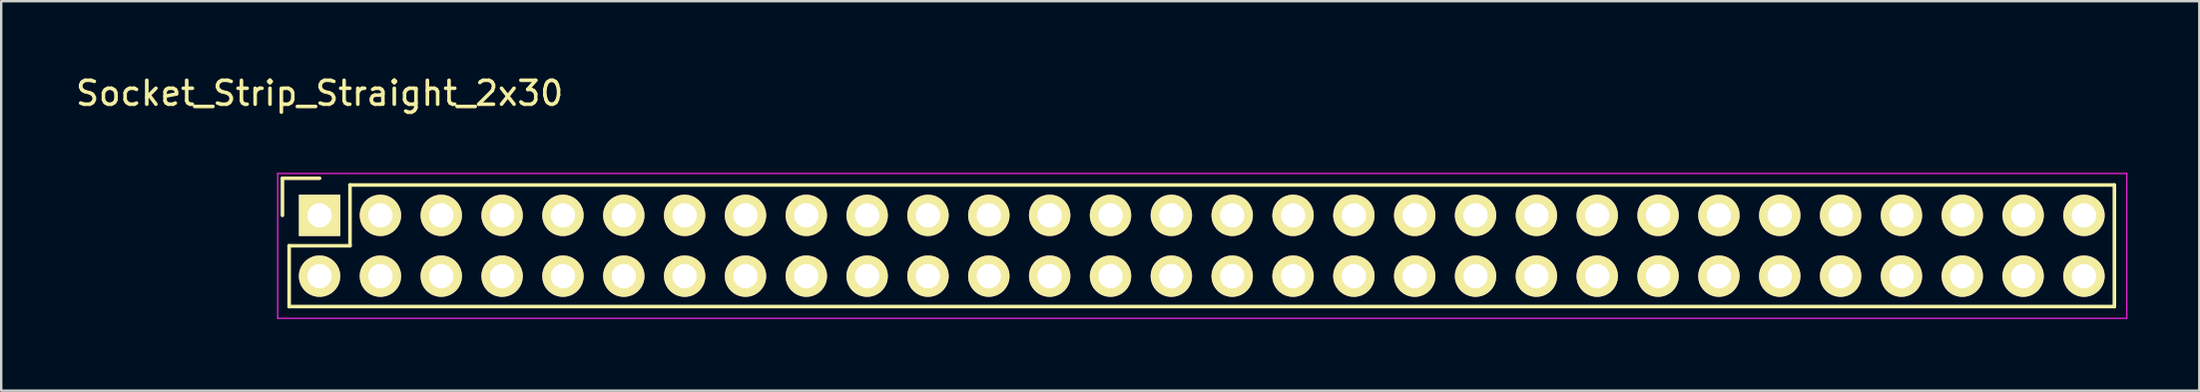
<source format=kicad_pcb>
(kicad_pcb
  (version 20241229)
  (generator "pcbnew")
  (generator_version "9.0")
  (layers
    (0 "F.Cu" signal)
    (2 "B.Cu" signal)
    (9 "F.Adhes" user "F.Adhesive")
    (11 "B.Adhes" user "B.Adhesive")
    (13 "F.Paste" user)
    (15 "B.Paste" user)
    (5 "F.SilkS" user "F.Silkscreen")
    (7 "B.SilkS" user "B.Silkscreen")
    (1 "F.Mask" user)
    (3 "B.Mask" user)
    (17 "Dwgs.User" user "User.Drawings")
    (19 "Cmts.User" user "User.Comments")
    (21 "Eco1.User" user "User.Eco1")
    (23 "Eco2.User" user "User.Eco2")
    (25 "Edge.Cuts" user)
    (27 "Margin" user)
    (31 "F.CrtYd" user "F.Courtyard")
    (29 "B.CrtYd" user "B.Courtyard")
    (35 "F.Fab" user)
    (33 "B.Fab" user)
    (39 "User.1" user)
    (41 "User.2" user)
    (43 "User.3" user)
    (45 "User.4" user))
  (footprint "Socket_Strip_Straight_2x30"
    (layer "F.Cu")
    (at 10.292 5.948)
    (property "Reference" "Socket_Strip_Straight_2x30" (at 0 -5.1 0) (layer "F.SilkS") (effects (font (size 1 1) (thickness 0.15))))
    (attr through_hole)
    (fp_line (start -1.55 -1.55) (end -1.55 0) (stroke (width 0.15) (type solid)) (layer "F.SilkS"))
    (fp_line (start -1.27 1.27) (end 1.27 1.27) (stroke (width 0.15) (type solid)) (layer "F.SilkS"))
    (fp_line (start -1.27 3.81) (end -1.27 1.27) (stroke (width 0.15) (type solid)) (layer "F.SilkS"))
    (fp_line (start -1.27 3.81) (end 74.93 3.81) (stroke (width 0.15) (type solid)) (layer "F.SilkS"))
    (fp_line (start 0 -1.55) (end -1.55 -1.55) (stroke (width 0.15) (type solid)) (layer "F.SilkS"))
    (fp_line (start 1.27 1.27) (end 1.27 -1.27) (stroke (width 0.15) (type solid)) (layer "F.SilkS"))
    (fp_line (start 74.93 -1.27) (end 1.27 -1.27) (stroke (width 0.15) (type solid)) (layer "F.SilkS"))
    (fp_line (start 74.93 3.81) (end 74.93 -1.27) (stroke (width 0.15) (type solid)) (layer "F.SilkS"))
    (fp_line (start -1.75 -1.75) (end -1.75 4.3) (stroke (width 0.05) (type solid)) (layer "F.CrtYd"))
    (fp_line (start -1.75 -1.75) (end 75.45 -1.75) (stroke (width 0.05) (type solid)) (layer "F.CrtYd"))
    (fp_line (start -1.75 4.3) (end 75.45 4.3) (stroke (width 0.05) (type solid)) (layer "F.CrtYd"))
    (fp_line (start 75.45 -1.75) (end 75.45 4.3) (stroke (width 0.05) (type solid)) (layer "F.CrtYd"))
    (pad "1" thru_hole rect (at 0 0) (size 1.727 1.727) (drill 1.016) (layers "*.Cu" "*.Mask" "F.SilkS"))
    (pad "2" thru_hole oval (at 0 2.54) (size 1.727 1.727) (drill 1.016) (layers "*.Cu" "*.Mask" "F.SilkS"))
    (pad "3" thru_hole oval (at 2.54 0) (size 1.727 1.727) (drill 1.016) (layers "*.Cu" "*.Mask" "F.SilkS"))
    (pad "4" thru_hole oval (at 2.54 2.54) (size 1.727 1.727) (drill 1.016) (layers "*.Cu" "*.Mask" "F.SilkS"))
    (pad "5" thru_hole oval (at 5.08 0) (size 1.727 1.727) (drill 1.016) (layers "*.Cu" "*.Mask" "F.SilkS"))
    (pad "6" thru_hole oval (at 5.08 2.54) (size 1.727 1.727) (drill 1.016) (layers "*.Cu" "*.Mask" "F.SilkS"))
    (pad "7" thru_hole oval (at 7.62 0) (size 1.727 1.727) (drill 1.016) (layers "*.Cu" "*.Mask" "F.SilkS"))
    (pad "8" thru_hole oval (at 7.62 2.54) (size 1.727 1.727) (drill 1.016) (layers "*.Cu" "*.Mask" "F.SilkS"))
    (pad "9" thru_hole oval (at 10.16 0) (size 1.727 1.727) (drill 1.016) (layers "*.Cu" "*.Mask" "F.SilkS"))
    (pad "10" thru_hole oval (at 10.16 2.54) (size 1.727 1.727) (drill 1.016) (layers "*.Cu" "*.Mask" "F.SilkS"))
    (pad "11" thru_hole oval (at 12.7 0) (size 1.727 1.727) (drill 1.016) (layers "*.Cu" "*.Mask" "F.SilkS"))
    (pad "12" thru_hole oval (at 12.7 2.54) (size 1.727 1.727) (drill 1.016) (layers "*.Cu" "*.Mask" "F.SilkS"))
    (pad "13" thru_hole oval (at 15.24 0) (size 1.727 1.727) (drill 1.016) (layers "*.Cu" "*.Mask" "F.SilkS"))
    (pad "14" thru_hole oval (at 15.24 2.54) (size 1.727 1.727) (drill 1.016) (layers "*.Cu" "*.Mask" "F.SilkS"))
    (pad "15" thru_hole oval (at 17.78 0) (size 1.727 1.727) (drill 1.016) (layers "*.Cu" "*.Mask" "F.SilkS"))
    (pad "16" thru_hole oval (at 17.78 2.54) (size 1.727 1.727) (drill 1.016) (layers "*.Cu" "*.Mask" "F.SilkS"))
    (pad "17" thru_hole oval (at 20.32 0) (size 1.727 1.727) (drill 1.016) (layers "*.Cu" "*.Mask" "F.SilkS"))
    (pad "18" thru_hole oval (at 20.32 2.54) (size 1.727 1.727) (drill 1.016) (layers "*.Cu" "*.Mask" "F.SilkS"))
    (pad "19" thru_hole oval (at 22.86 0) (size 1.727 1.727) (drill 1.016) (layers "*.Cu" "*.Mask" "F.SilkS"))
    (pad "20" thru_hole oval (at 22.86 2.54) (size 1.727 1.727) (drill 1.016) (layers "*.Cu" "*.Mask" "F.SilkS"))
    (pad "21" thru_hole oval (at 25.4 0) (size 1.727 1.727) (drill 1.016) (layers "*.Cu" "*.Mask" "F.SilkS"))
    (pad "22" thru_hole oval (at 25.4 2.54) (size 1.727 1.727) (drill 1.016) (layers "*.Cu" "*.Mask" "F.SilkS"))
    (pad "23" thru_hole oval (at 27.94 0) (size 1.727 1.727) (drill 1.016) (layers "*.Cu" "*.Mask" "F.SilkS"))
    (pad "24" thru_hole oval (at 27.94 2.54) (size 1.727 1.727) (drill 1.016) (layers "*.Cu" "*.Mask" "F.SilkS"))
    (pad "25" thru_hole oval (at 30.48 0) (size 1.727 1.727) (drill 1.016) (layers "*.Cu" "*.Mask" "F.SilkS"))
    (pad "26" thru_hole oval (at 30.48 2.54) (size 1.727 1.727) (drill 1.016) (layers "*.Cu" "*.Mask" "F.SilkS"))
    (pad "27" thru_hole oval (at 33.02 0) (size 1.727 1.727) (drill 1.016) (layers "*.Cu" "*.Mask" "F.SilkS"))
    (pad "28" thru_hole oval (at 33.02 2.54) (size 1.727 1.727) (drill 1.016) (layers "*.Cu" "*.Mask" "F.SilkS"))
    (pad "29" thru_hole oval (at 35.56 0) (size 1.727 1.727) (drill 1.016) (layers "*.Cu" "*.Mask" "F.SilkS"))
    (pad "30" thru_hole oval (at 35.56 2.54) (size 1.727 1.727) (drill 1.016) (layers "*.Cu" "*.Mask" "F.SilkS"))
    (pad "31" thru_hole oval (at 38.1 0) (size 1.727 1.727) (drill 1.016) (layers "*.Cu" "*.Mask" "F.SilkS"))
    (pad "32" thru_hole oval (at 38.1 2.54) (size 1.727 1.727) (drill 1.016) (layers "*.Cu" "*.Mask" "F.SilkS"))
    (pad "33" thru_hole oval (at 40.64 0) (size 1.727 1.727) (drill 1.016) (layers "*.Cu" "*.Mask" "F.SilkS"))
    (pad "34" thru_hole oval (at 40.64 2.54) (size 1.727 1.727) (drill 1.016) (layers "*.Cu" "*.Mask" "F.SilkS"))
    (pad "35" thru_hole oval (at 43.18 0) (size 1.727 1.727) (drill 1.016) (layers "*.Cu" "*.Mask" "F.SilkS"))
    (pad "36" thru_hole oval (at 43.18 2.54) (size 1.727 1.727) (drill 1.016) (layers "*.Cu" "*.Mask" "F.SilkS"))
    (pad "37" thru_hole oval (at 45.72 0) (size 1.727 1.727) (drill 1.016) (layers "*.Cu" "*.Mask" "F.SilkS"))
    (pad "38" thru_hole oval (at 45.72 2.54) (size 1.727 1.727) (drill 1.016) (layers "*.Cu" "*.Mask" "F.SilkS"))
    (pad "39" thru_hole oval (at 48.26 0) (size 1.727 1.727) (drill 1.016) (layers "*.Cu" "*.Mask" "F.SilkS"))
    (pad "40" thru_hole oval (at 48.26 2.54) (size 1.727 1.727) (drill 1.016) (layers "*.Cu" "*.Mask" "F.SilkS"))
    (pad "41" thru_hole oval (at 50.8 0) (size 1.727 1.727) (drill 1.016) (layers "*.Cu" "*.Mask" "F.SilkS"))
    (pad "42" thru_hole oval (at 50.8 2.54) (size 1.727 1.727) (drill 1.016) (layers "*.Cu" "*.Mask" "F.SilkS"))
    (pad "43" thru_hole oval (at 53.34 0) (size 1.727 1.727) (drill 1.016) (layers "*.Cu" "*.Mask" "F.SilkS"))
    (pad "44" thru_hole oval (at 53.34 2.54) (size 1.727 1.727) (drill 1.016) (layers "*.Cu" "*.Mask" "F.SilkS"))
    (pad "45" thru_hole oval (at 55.88 0) (size 1.727 1.727) (drill 1.016) (layers "*.Cu" "*.Mask" "F.SilkS"))
    (pad "46" thru_hole oval (at 55.88 2.54) (size 1.727 1.727) (drill 1.016) (layers "*.Cu" "*.Mask" "F.SilkS"))
    (pad "47" thru_hole oval (at 58.42 0) (size 1.727 1.727) (drill 1.016) (layers "*.Cu" "*.Mask" "F.SilkS"))
    (pad "48" thru_hole oval (at 58.42 2.54) (size 1.727 1.727) (drill 1.016) (layers "*.Cu" "*.Mask" "F.SilkS"))
    (pad "49" thru_hole oval (at 60.96 0) (size 1.727 1.727) (drill 1.016) (layers "*.Cu" "*.Mask" "F.SilkS"))
    (pad "50" thru_hole oval (at 60.96 2.54) (size 1.727 1.727) (drill 1.016) (layers "*.Cu" "*.Mask" "F.SilkS"))
    (pad "51" thru_hole oval (at 63.5 0) (size 1.727 1.727) (drill 1.016) (layers "*.Cu" "*.Mask" "F.SilkS"))
    (pad "52" thru_hole oval (at 63.5 2.54) (size 1.727 1.727) (drill 1.016) (layers "*.Cu" "*.Mask" "F.SilkS"))
    (pad "53" thru_hole oval (at 66.04 0) (size 1.727 1.727) (drill 1.016) (layers "*.Cu" "*.Mask" "F.SilkS"))
    (pad "54" thru_hole oval (at 66.04 2.54) (size 1.727 1.727) (drill 1.016) (layers "*.Cu" "*.Mask" "F.SilkS"))
    (pad "55" thru_hole oval (at 68.58 0) (size 1.727 1.727) (drill 1.016) (layers "*.Cu" "*.Mask" "F.SilkS"))
    (pad "56" thru_hole oval (at 68.58 2.54) (size 1.727 1.727) (drill 1.016) (layers "*.Cu" "*.Mask" "F.SilkS"))
    (pad "57" thru_hole oval (at 71.12 0) (size 1.727 1.727) (drill 1.016) (layers "*.Cu" "*.Mask" "F.SilkS"))
    (pad "58" thru_hole oval (at 71.12 2.54) (size 1.727 1.727) (drill 1.016) (layers "*.Cu" "*.Mask" "F.SilkS"))
    (pad "59" thru_hole oval (at 73.66 0) (size 1.727 1.727) (drill 1.016) (layers "*.Cu" "*.Mask" "F.SilkS"))
    (pad "60" thru_hole oval (at 73.66 2.54) (size 1.727 1.727) (drill 1.016) (layers "*.Cu" "*.Mask" "F.SilkS")))
  (gr_rect
    (start -3 -3)
    (end 88.767 13.273)
    (stroke (width 0.1) (type default))
    (fill no)
    (layer "Edge.Cuts")))
</source>
